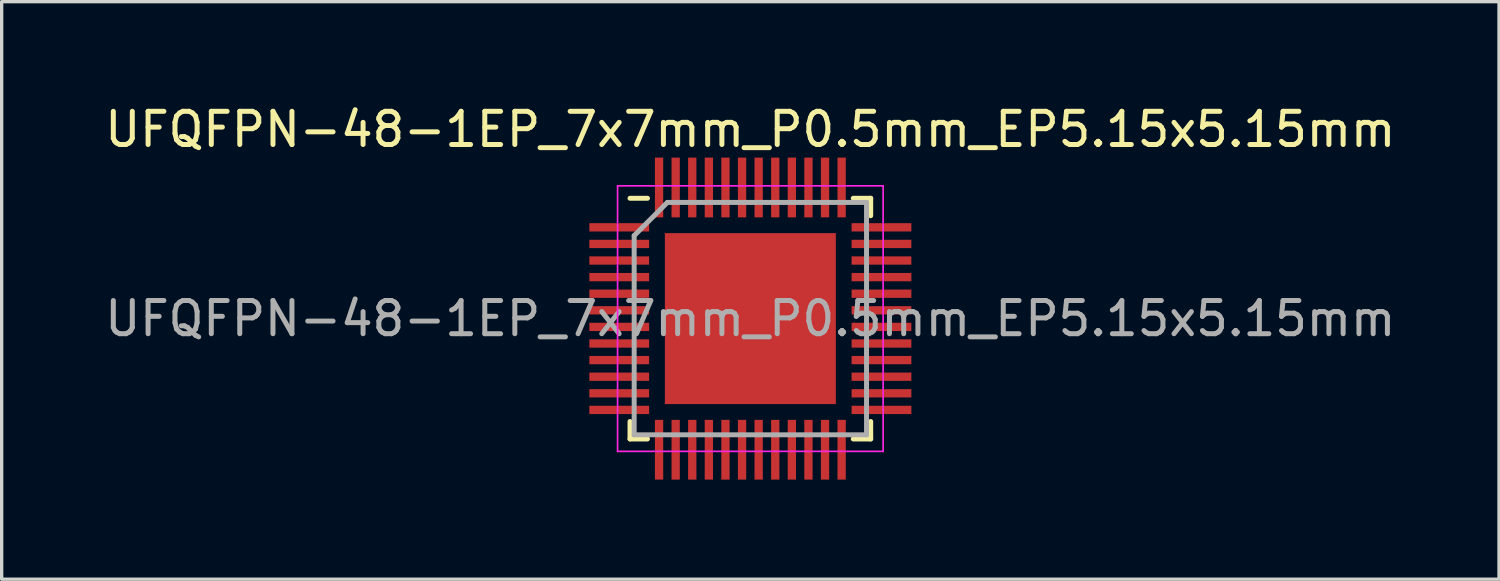
<source format=kicad_pcb>
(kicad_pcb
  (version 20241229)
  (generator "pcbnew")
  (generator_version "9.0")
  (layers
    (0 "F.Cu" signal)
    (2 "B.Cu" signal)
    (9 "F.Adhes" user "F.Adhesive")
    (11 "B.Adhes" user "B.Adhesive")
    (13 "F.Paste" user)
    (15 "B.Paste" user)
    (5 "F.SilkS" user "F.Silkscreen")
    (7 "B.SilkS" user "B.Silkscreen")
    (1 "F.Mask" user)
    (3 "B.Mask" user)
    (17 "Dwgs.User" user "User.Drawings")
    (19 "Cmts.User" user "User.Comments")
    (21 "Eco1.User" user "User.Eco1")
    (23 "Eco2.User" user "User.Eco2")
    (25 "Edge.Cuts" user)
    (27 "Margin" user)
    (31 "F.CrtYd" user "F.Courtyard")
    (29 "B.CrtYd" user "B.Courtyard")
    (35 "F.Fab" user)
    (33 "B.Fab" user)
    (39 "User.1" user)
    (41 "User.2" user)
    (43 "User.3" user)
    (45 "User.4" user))
  (footprint "UFQFPN-48-1EP_7x7mm_P0.5mm_EP5.15x5.15mm"
    (layer "F.Cu")
    (at 19.554 6.548)
    (property "Reference" "UFQFPN-48-1EP_7x7mm_P0.5mm_EP5.15x5.15mm" (at 0 -5.7 0) (layer "F.SilkS") (effects (font (size 1 1) (thickness 0.15))))
    (attr smd)
    (fp_line (start -3.625 -3.625) (end -3.1 -3.625) (stroke (width 0.15) (type solid)) (layer "F.SilkS"))
    (fp_line (start -3.625 3.625) (end -3.625 3.1) (stroke (width 0.15) (type solid)) (layer "F.SilkS"))
    (fp_line (start -3.625 3.625) (end -3.1 3.625) (stroke (width 0.15) (type solid)) (layer "F.SilkS"))
    (fp_line (start 3.625 -3.625) (end 3.1 -3.625) (stroke (width 0.15) (type solid)) (layer "F.SilkS"))
    (fp_line (start 3.625 -3.625) (end 3.625 -3.1) (stroke (width 0.15) (type solid)) (layer "F.SilkS"))
    (fp_line (start 3.625 3.625) (end 3.1 3.625) (stroke (width 0.15) (type solid)) (layer "F.SilkS"))
    (fp_line (start 3.625 3.625) (end 3.625 3.1) (stroke (width 0.15) (type solid)) (layer "F.SilkS"))
    (fp_line (start -4 -4) (end -4 4) (stroke (width 0.05) (type solid)) (layer "F.CrtYd"))
    (fp_line (start -4 -4) (end 4 -4) (stroke (width 0.05) (type solid)) (layer "F.CrtYd"))
    (fp_line (start -4 4) (end 4 4) (stroke (width 0.05) (type solid)) (layer "F.CrtYd"))
    (fp_line (start 4 -4) (end 4 4) (stroke (width 0.05) (type solid)) (layer "F.CrtYd"))
    (fp_line (start -3.5 -2.5) (end -2.5 -3.5) (stroke (width 0.15) (type solid)) (layer "F.Fab"))
    (fp_line (start -3.5 3.5) (end -3.5 -2.5) (stroke (width 0.15) (type solid)) (layer "F.Fab"))
    (fp_line (start -2.5 -3.5) (end 3.5 -3.5) (stroke (width 0.15) (type solid)) (layer "F.Fab"))
    (fp_line (start 3.5 -3.5) (end 3.5 3.5) (stroke (width 0.15) (type solid)) (layer "F.Fab"))
    (fp_line (start 3.5 3.5) (end -3.5 3.5) (stroke (width 0.15) (type solid)) (layer "F.Fab"))
    (fp_text user "${REFERENCE}" (at 0 0 0) (layer "F.Fab") (effects (font (size 1 1) (thickness 0.15))))
    (pad "" smd rect (at -2.06 -2.06) (size 0.83 0.83) (layers "F.Paste"))
    (pad "" smd rect (at -2.06 -1.03) (size 0.83 0.83) (layers "F.Paste"))
    (pad "" smd rect (at -2.06 0) (size 0.83 0.83) (layers "F.Paste"))
    (pad "" smd rect (at -2.06 1.03) (size 0.83 0.83) (layers "F.Paste"))
    (pad "" smd rect (at -2.06 2.06) (size 0.83 0.83) (layers "F.Paste"))
    (pad "" smd rect (at -1.03 -2.06) (size 0.83 0.83) (layers "F.Paste"))
    (pad "" smd rect (at -1.03 -1.03) (size 0.83 0.83) (layers "F.Paste"))
    (pad "" smd rect (at -1.03 0) (size 0.83 0.83) (layers "F.Paste"))
    (pad "" smd rect (at -1.03 1.03) (size 0.83 0.83) (layers "F.Paste"))
    (pad "" smd rect (at -1.03 2.06) (size 0.83 0.83) (layers "F.Paste"))
    (pad "" smd rect (at 0 -2.06) (size 0.83 0.83) (layers "F.Paste"))
    (pad "" smd rect (at 0 -1.03) (size 0.83 0.83) (layers "F.Paste"))
    (pad "" smd rect (at 0 0) (size 0.83 0.83) (layers "F.Paste"))
    (pad "" smd rect (at 0 1.03) (size 0.83 0.83) (layers "F.Paste"))
    (pad "" smd rect (at 0 2.06) (size 0.83 0.83) (layers "F.Paste"))
    (pad "" smd rect (at 1.03 -2.06) (size 0.83 0.83) (layers "F.Paste"))
    (pad "" smd rect (at 1.03 -1.03) (size 0.83 0.83) (layers "F.Paste"))
    (pad "" smd rect (at 1.03 0) (size 0.83 0.83) (layers "F.Paste"))
    (pad "" smd rect (at 1.03 1.03) (size 0.83 0.83) (layers "F.Paste"))
    (pad "" smd rect (at 1.03 2.06) (size 0.83 0.83) (layers "F.Paste"))
    (pad "" smd rect (at 2.06 -2.06) (size 0.83 0.83) (layers "F.Paste"))
    (pad "" smd rect (at 2.06 -1.03) (size 0.83 0.83) (layers "F.Paste"))
    (pad "" smd rect (at 2.06 0) (size 0.83 0.83) (layers "F.Paste"))
    (pad "" smd rect (at 2.06 1.03) (size 0.83 0.83) (layers "F.Paste"))
    (pad "" smd rect (at 2.06 2.06) (size 0.83 0.83) (layers "F.Paste"))
    (pad "1" smd rect (at -3.95 -2.75) (size 1.8 0.25) (layers "F.Cu" "F.Mask" "F.Paste"))
    (pad "2" smd rect (at -3.95 -2.25) (size 1.8 0.25) (layers "F.Cu" "F.Mask" "F.Paste"))
    (pad "3" smd rect (at -3.95 -1.75) (size 1.8 0.25) (layers "F.Cu" "F.Mask" "F.Paste"))
    (pad "4" smd rect (at -3.95 -1.25) (size 1.8 0.25) (layers "F.Cu" "F.Mask" "F.Paste"))
    (pad "5" smd rect (at -3.95 -0.75) (size 1.8 0.25) (layers "F.Cu" "F.Mask" "F.Paste"))
    (pad "6" smd rect (at -3.95 -0.25) (size 1.8 0.25) (layers "F.Cu" "F.Mask" "F.Paste"))
    (pad "7" smd rect (at -3.95 0.25) (size 1.8 0.25) (layers "F.Cu" "F.Mask" "F.Paste"))
    (pad "8" smd rect (at -3.95 0.75) (size 1.8 0.25) (layers "F.Cu" "F.Mask" "F.Paste"))
    (pad "9" smd rect (at -3.95 1.25) (size 1.8 0.25) (layers "F.Cu" "F.Mask" "F.Paste"))
    (pad "10" smd rect (at -3.95 1.75) (size 1.8 0.25) (layers "F.Cu" "F.Mask" "F.Paste"))
    (pad "11" smd rect (at -3.95 2.25) (size 1.8 0.25) (layers "F.Cu" "F.Mask" "F.Paste"))
    (pad "12" smd rect (at -3.95 2.75) (size 1.8 0.25) (layers "F.Cu" "F.Mask" "F.Paste"))
    (pad "13" smd rect (at -2.75 3.95 90) (size 1.8 0.25) (layers "F.Cu" "F.Mask" "F.Paste"))
    (pad "14" smd rect (at -2.25 3.95 90) (size 1.8 0.25) (layers "F.Cu" "F.Mask" "F.Paste"))
    (pad "15" smd rect (at -1.75 3.95 90) (size 1.8 0.25) (layers "F.Cu" "F.Mask" "F.Paste"))
    (pad "16" smd rect (at -1.25 3.95 90) (size 1.8 0.25) (layers "F.Cu" "F.Mask" "F.Paste"))
    (pad "17" smd rect (at -0.75 3.95 90) (size 1.8 0.25) (layers "F.Cu" "F.Mask" "F.Paste"))
    (pad "18" smd rect (at -0.25 3.95 90) (size 1.8 0.25) (layers "F.Cu" "F.Mask" "F.Paste"))
    (pad "19" smd rect (at 0.25 3.95 90) (size 1.8 0.25) (layers "F.Cu" "F.Mask" "F.Paste"))
    (pad "20" smd rect (at 0.75 3.95 90) (size 1.8 0.25) (layers "F.Cu" "F.Mask" "F.Paste"))
    (pad "21" smd rect (at 1.25 3.95 90) (size 1.8 0.25) (layers "F.Cu" "F.Mask" "F.Paste"))
    (pad "22" smd rect (at 1.75 3.95 90) (size 1.8 0.25) (layers "F.Cu" "F.Mask" "F.Paste"))
    (pad "23" smd rect (at 2.25 3.95 90) (size 1.8 0.25) (layers "F.Cu" "F.Mask" "F.Paste"))
    (pad "24" smd rect (at 2.75 3.95 90) (size 1.8 0.25) (layers "F.Cu" "F.Mask" "F.Paste"))
    (pad "25" smd rect (at 3.95 2.75) (size 1.8 0.25) (layers "F.Cu" "F.Mask" "F.Paste"))
    (pad "26" smd rect (at 3.95 2.25) (size 1.8 0.25) (layers "F.Cu" "F.Mask" "F.Paste"))
    (pad "27" smd rect (at 3.95 1.75) (size 1.8 0.25) (layers "F.Cu" "F.Mask" "F.Paste"))
    (pad "28" smd rect (at 3.95 1.25) (size 1.8 0.25) (layers "F.Cu" "F.Mask" "F.Paste"))
    (pad "29" smd rect (at 3.95 0.75) (size 1.8 0.25) (layers "F.Cu" "F.Mask" "F.Paste"))
    (pad "30" smd rect (at 3.95 0.25) (size 1.8 0.25) (layers "F.Cu" "F.Mask" "F.Paste"))
    (pad "31" smd rect (at 3.95 -0.25) (size 1.8 0.25) (layers "F.Cu" "F.Mask" "F.Paste"))
    (pad "32" smd rect (at 3.95 -0.75) (size 1.8 0.25) (layers "F.Cu" "F.Mask" "F.Paste"))
    (pad "33" smd rect (at 3.95 -1.25) (size 1.8 0.25) (layers "F.Cu" "F.Mask" "F.Paste"))
    (pad "34" smd rect (at 3.95 -1.75) (size 1.8 0.25) (layers "F.Cu" "F.Mask" "F.Paste"))
    (pad "35" smd rect (at 3.95 -2.25) (size 1.8 0.25) (layers "F.Cu" "F.Mask" "F.Paste"))
    (pad "36" smd rect (at 3.95 -2.75) (size 1.8 0.25) (layers "F.Cu" "F.Mask" "F.Paste"))
    (pad "37" smd rect (at 2.75 -3.95 90) (size 1.8 0.25) (layers "F.Cu" "F.Mask" "F.Paste"))
    (pad "38" smd rect (at 2.25 -3.95 90) (size 1.8 0.25) (layers "F.Cu" "F.Mask" "F.Paste"))
    (pad "39" smd rect (at 1.75 -3.95 90) (size 1.8 0.25) (layers "F.Cu" "F.Mask" "F.Paste"))
    (pad "40" smd rect (at 1.25 -3.95 90) (size 1.8 0.25) (layers "F.Cu" "F.Mask" "F.Paste"))
    (pad "41" smd rect (at 0.75 -3.95 90) (size 1.8 0.25) (layers "F.Cu" "F.Mask" "F.Paste"))
    (pad "42" smd rect (at 0.25 -3.95 90) (size 1.8 0.25) (layers "F.Cu" "F.Mask" "F.Paste"))
    (pad "43" smd rect (at -0.25 -3.95 90) (size 1.8 0.25) (layers "F.Cu" "F.Mask" "F.Paste"))
    (pad "44" smd rect (at -0.75 -3.95 90) (size 1.8 0.25) (layers "F.Cu" "F.Mask" "F.Paste"))
    (pad "45" smd rect (at -1.25 -3.95 90) (size 1.8 0.25) (layers "F.Cu" "F.Mask" "F.Paste"))
    (pad "46" smd rect (at -1.75 -3.95 90) (size 1.8 0.25) (layers "F.Cu" "F.Mask" "F.Paste"))
    (pad "47" smd rect (at -2.25 -3.95 90) (size 1.8 0.25) (layers "F.Cu" "F.Mask" "F.Paste"))
    (pad "48" smd rect (at -2.75 -3.95 90) (size 1.8 0.25) (layers "F.Cu" "F.Mask" "F.Paste"))
    (pad "49" smd rect (at 0 0) (size 5.15 5.15) (layers "F.Cu" "F.Mask")))
  (gr_rect
    (start -3 -3)
    (end 42.107 14.398)
    (stroke (width 0.1) (type default))
    (fill no)
    (layer "Edge.Cuts")))
</source>
